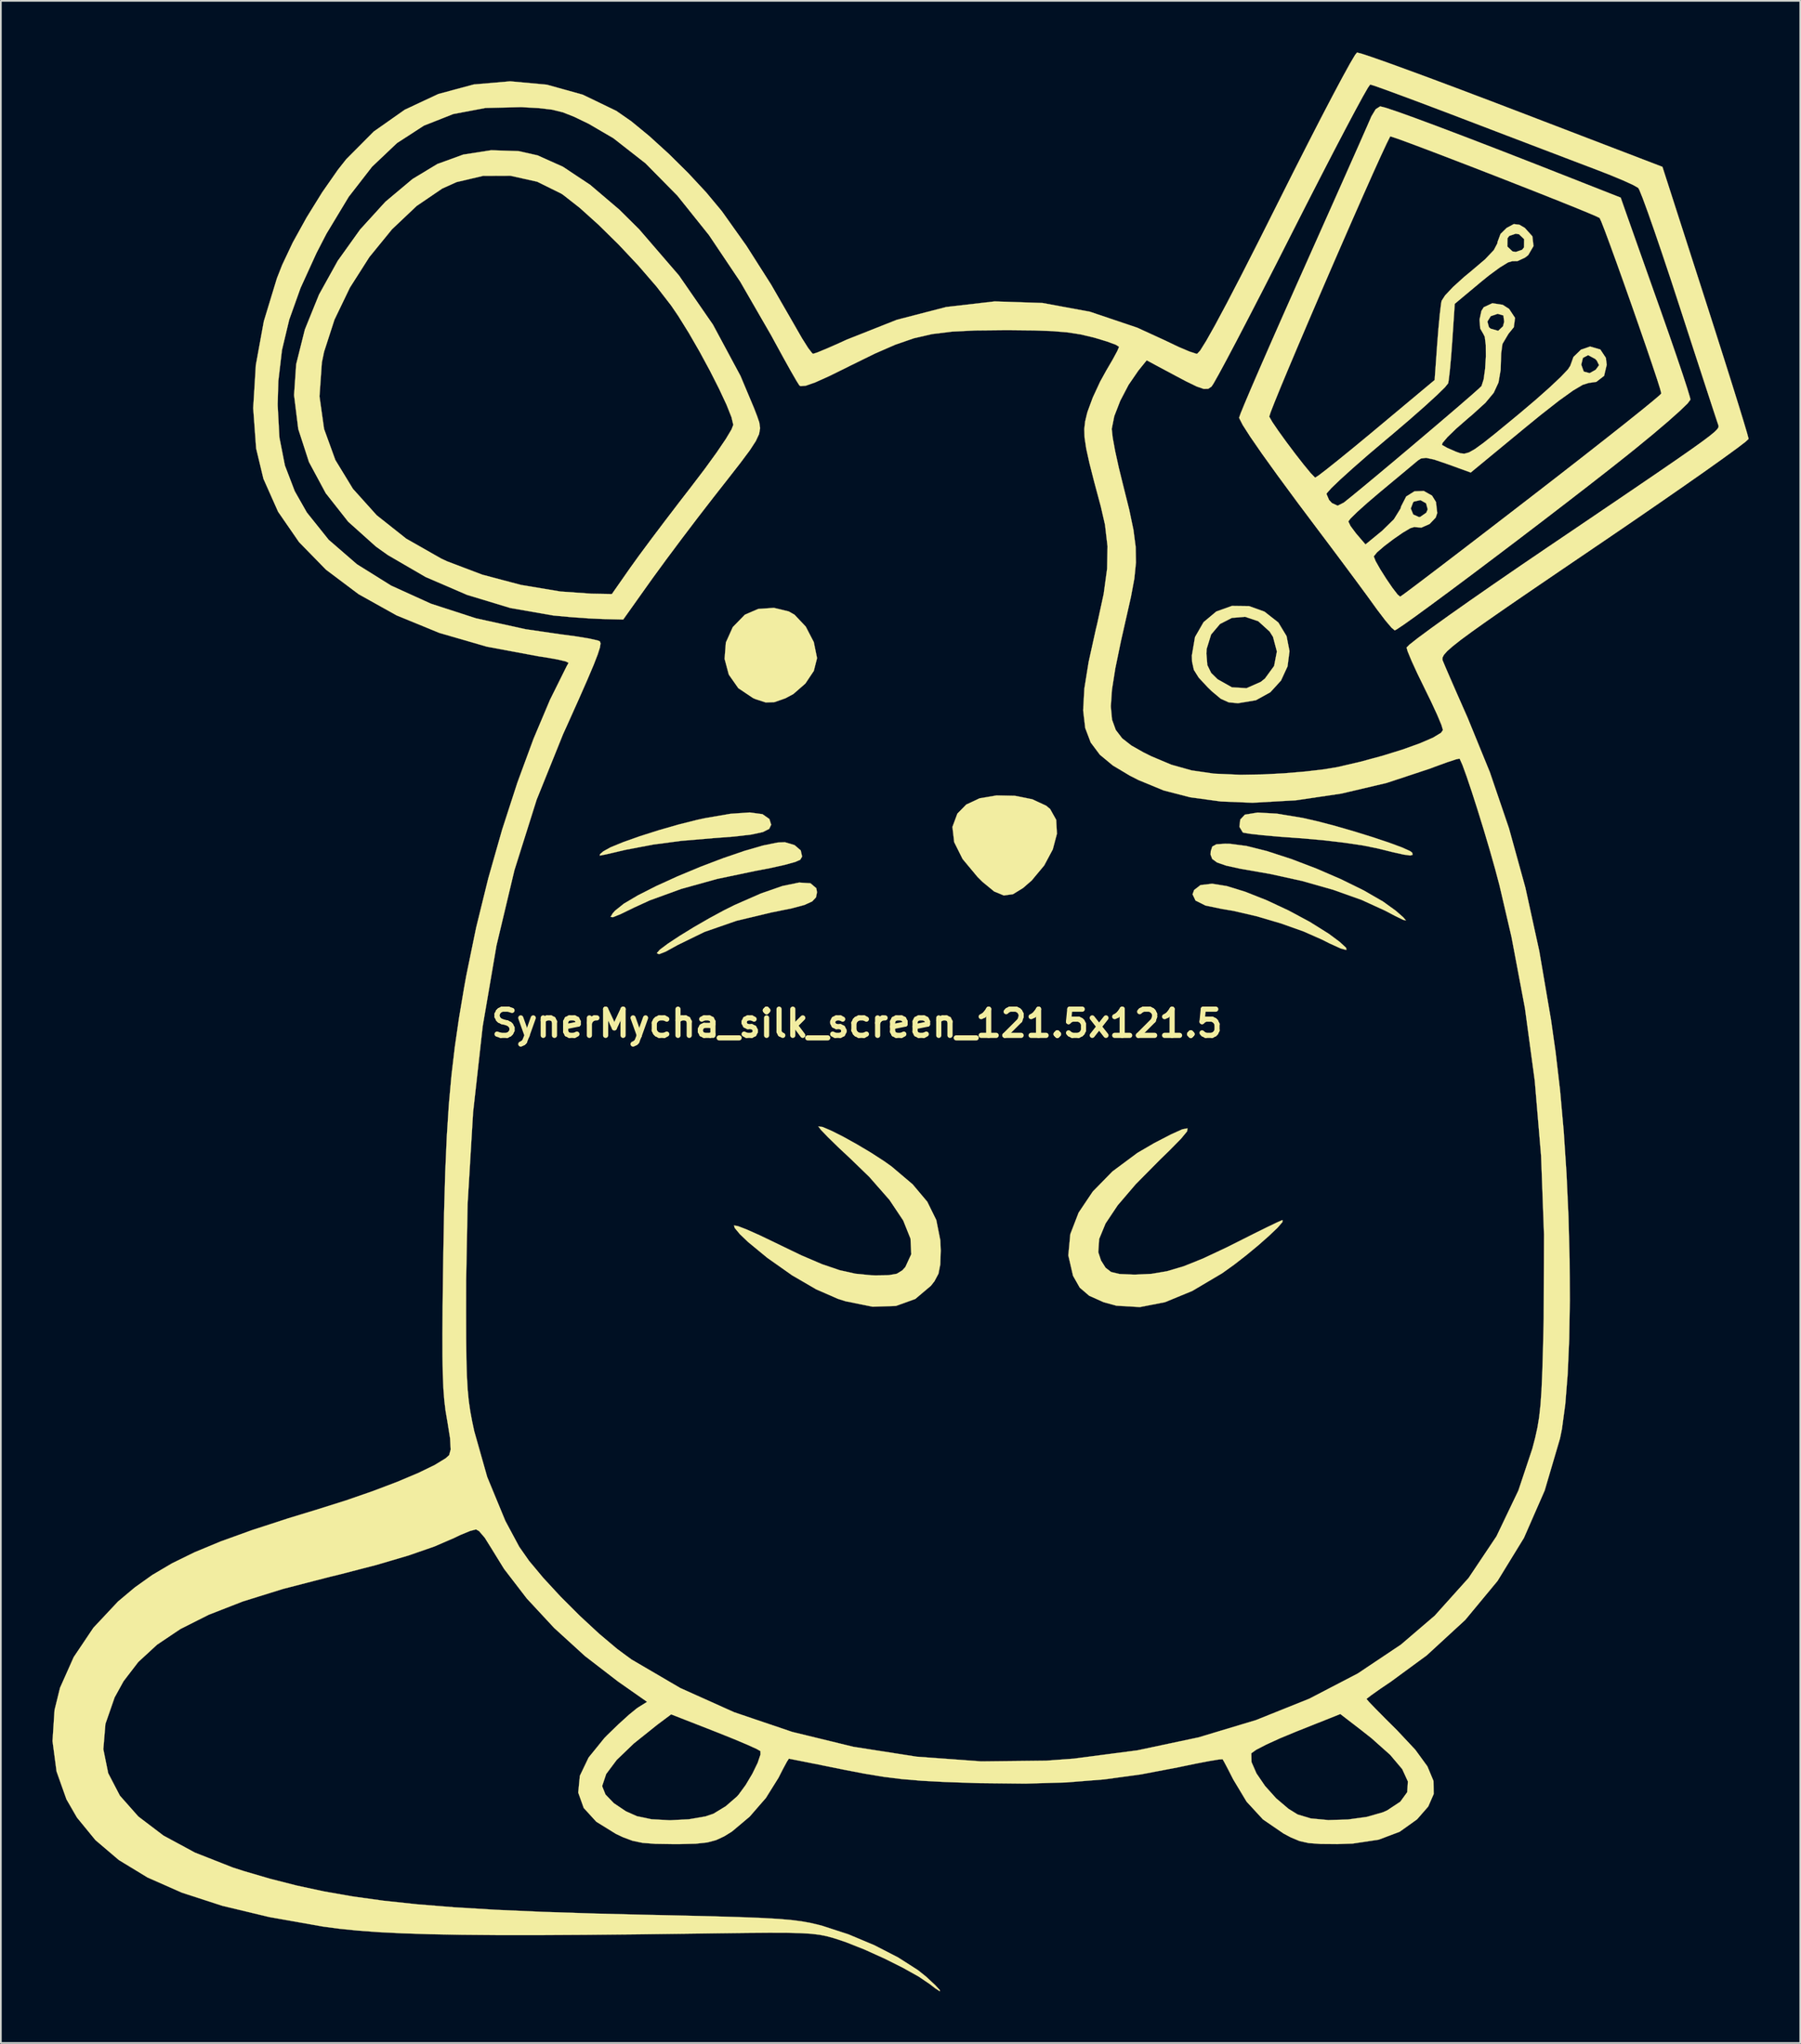
<source format=kicad_pcb>
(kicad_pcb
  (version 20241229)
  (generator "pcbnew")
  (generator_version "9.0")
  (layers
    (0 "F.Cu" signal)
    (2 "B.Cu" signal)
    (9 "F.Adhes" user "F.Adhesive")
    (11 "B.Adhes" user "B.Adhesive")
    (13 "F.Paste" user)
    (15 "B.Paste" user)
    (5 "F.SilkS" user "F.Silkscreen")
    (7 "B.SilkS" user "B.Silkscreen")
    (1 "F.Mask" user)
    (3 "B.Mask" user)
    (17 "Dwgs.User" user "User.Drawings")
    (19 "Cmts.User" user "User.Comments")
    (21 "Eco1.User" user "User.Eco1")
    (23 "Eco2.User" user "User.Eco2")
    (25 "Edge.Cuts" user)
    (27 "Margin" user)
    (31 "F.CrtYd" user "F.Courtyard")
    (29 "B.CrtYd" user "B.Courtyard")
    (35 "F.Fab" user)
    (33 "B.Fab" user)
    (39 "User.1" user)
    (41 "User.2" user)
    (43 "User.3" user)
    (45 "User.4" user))
  (footprint "SynerMycha_silk_screen_121.5x121.5"
    (layer "F.Cu")
    (at 46.797 56.475)
    (property "Reference" "SynerMycha_silk_screen_121.5x121.5" (at 0 0 0) (layer "F.SilkS") (effects (font (size 1.524 1.524) (thickness 0.3))))
    (attr through_hole)
    (fp_poly (pts (xy -3.973 -23.966) (xy -3.635 -23.773) (xy -2.984 -23.085) (xy -2.516 -22.185) (xy -2.329 -21.266) (xy -2.329 -21.236) (xy -2.514 -20.506) (xy -3.004 -19.773) (xy -3.701 -19.164) (xy -4.164 -18.915) (xy -4.806 -18.689) (xy -5.309 -18.671) (xy -5.9 -18.863) (xy -6.05 -18.928) (xy -6.906 -19.502) (xy -7.46 -20.293) (xy -7.704 -21.208) (xy -7.63 -22.159) (xy -7.227 -23.053) (xy -6.525 -23.775) (xy -5.75 -24.11) (xy -4.836 -24.174) (xy -3.973 -23.966)) (stroke (width 0.01) (type solid)) (fill yes) (layer "F.SilkS"))
    (fp_poly (pts (xy 9.186 -13.243) (xy 10.194 -13.041) (xy 11.002 -12.666) (xy 11.229 -12.477) (xy 11.583 -11.845) (xy 11.626 -11.035) (xy 11.385 -10.126) (xy 10.888 -9.195) (xy 10.162 -8.322) (xy 9.655 -7.88) (xy 9.07 -7.521) (xy 8.538 -7.447) (xy 7.976 -7.679) (xy 7.297 -8.237) (xy 7.011 -8.52) (xy 6.139 -9.568) (xy 5.651 -10.546) (xy 5.548 -11.433) (xy 5.836 -12.207) (xy 6.353 -12.735) (xy 7.128 -13.097) (xy 8.118 -13.264) (xy 9.186 -13.243)) (stroke (width 0.01) (type solid)) (fill yes) (layer "F.SilkS"))
    (fp_poly (pts (xy 20.665 -8.128) (xy 21.498 -7.995) (xy 22.579 -7.662) (xy 23.811 -7.174) (xy 25.096 -6.574) (xy 26.337 -5.908) (xy 27.436 -5.22) (xy 28.069 -4.749) (xy 28.443 -4.404) (xy 28.462 -4.276) (xy 28.135 -4.363) (xy 27.471 -4.664) (xy 27.052 -4.876) (xy 25.978 -5.351) (xy 24.649 -5.823) (xy 23.231 -6.24) (xy 21.888 -6.551) (xy 21.236 -6.66) (xy 20.264 -6.862) (xy 19.688 -7.149) (xy 19.515 -7.515) (xy 19.607 -7.766) (xy 19.975 -8.051) (xy 20.639 -8.128) (xy 20.665 -8.128)) (stroke (width 0.01) (type solid)) (fill yes) (layer "F.SilkS"))
    (fp_poly (pts (xy -5.5 -12.175) (xy -5.105 -11.898) (xy -5.092 -11.876) (xy -4.994 -11.562) (xy -5.108 -11.32) (xy -5.477 -11.134) (xy -6.145 -10.989) (xy -7.154 -10.872) (xy -8.348 -10.781) (xy -10.215 -10.624) (xy -11.859 -10.406) (xy -13.481 -10.097) (xy -14.605 -9.835) (xy -14.961 -9.764) (xy -14.947 -9.85) (xy -14.757 -10.014) (xy -14.333 -10.249) (xy -13.591 -10.553) (xy -12.624 -10.895) (xy -11.526 -11.244) (xy -10.389 -11.57) (xy -9.308 -11.842) (xy -8.846 -11.943) (xy -7.36 -12.197) (xy -6.248 -12.275) (xy -5.5 -12.175)) (stroke (width 0.01) (type solid)) (fill yes) (layer "F.SilkS"))
    (fp_poly (pts (xy -2.708 -8.156) (xy -2.371 -7.87) (xy -2.328 -7.634) (xy -2.388 -7.336) (xy -2.609 -7.1) (xy -3.055 -6.897) (xy -3.791 -6.699) (xy -4.879 -6.479) (xy -4.948 -6.466) (xy -7 -5.977) (xy -8.879 -5.324) (xy -10.44 -4.561) (xy -11.129 -4.181) (xy -11.515 -4.029) (xy -11.641 -4.088) (xy -11.642 -4.097) (xy -11.468 -4.296) (xy -10.998 -4.647) (xy -10.311 -5.1) (xy -9.485 -5.607) (xy -8.597 -6.12) (xy -7.725 -6.591) (xy -7.131 -6.887) (xy -5.593 -7.562) (xy -4.334 -7.999) (xy -3.367 -8.198) (xy -2.708 -8.156)) (stroke (width 0.01) (type solid)) (fill yes) (layer "F.SilkS"))
    (fp_poly (pts (xy -3.636 -10.377) (xy -3.275 -10.067) (xy -3.195 -9.709) (xy -3.306 -9.521) (xy -3.596 -9.395) (xy -4.21 -9.226) (xy -5.054 -9.038) (xy -5.892 -8.878) (xy -8.147 -8.406) (xy -10.233 -7.825) (xy -12.051 -7.163) (xy -12.959 -6.748) (xy -13.74 -6.367) (xy -14.187 -6.185) (xy -14.334 -6.198) (xy -14.216 -6.4) (xy -14.083 -6.553) (xy -13.572 -6.964) (xy -12.74 -7.457) (xy -11.666 -8.001) (xy -10.431 -8.563) (xy -9.113 -9.112) (xy -7.794 -9.614) (xy -6.551 -10.039) (xy -5.466 -10.353) (xy -4.617 -10.526) (xy -4.193 -10.543) (xy -3.636 -10.377)) (stroke (width 0.01) (type solid)) (fill yes) (layer "F.SilkS"))
    (fp_poly (pts (xy 21.696 -10.451) (xy 22.646 -10.327) (xy 23.861 -10.021) (xy 25.248 -9.57) (xy 26.709 -9.014) (xy 28.151 -8.39) (xy 29.477 -7.737) (xy 30.593 -7.093) (xy 31.327 -6.564) (xy 31.769 -6.178) (xy 31.924 -5.998) (xy 31.769 -6.026) (xy 31.283 -6.262) (xy 30.692 -6.573) (xy 29.344 -7.189) (xy 27.699 -7.774) (xy 25.885 -8.29) (xy 24.026 -8.698) (xy 23.495 -8.791) (xy 22.301 -8.999) (xy 21.469 -9.182) (xy 20.941 -9.363) (xy 20.658 -9.569) (xy 20.562 -9.821) (xy 20.572 -10.016) (xy 20.661 -10.291) (xy 20.901 -10.423) (xy 21.404 -10.456) (xy 21.696 -10.451)) (stroke (width 0.01) (type solid)) (fill yes) (layer "F.SilkS"))
    (fp_poly (pts (xy 24.411 -12.206) (xy 25.889 -11.962) (xy 25.991 -11.941) (xy 26.874 -11.738) (xy 27.894 -11.467) (xy 28.97 -11.155) (xy 30.019 -10.828) (xy 30.957 -10.514) (xy 31.701 -10.238) (xy 32.169 -10.026) (xy 32.284 -9.94) (xy 32.319 -9.814) (xy 32.176 -9.772) (xy 31.796 -9.823) (xy 31.12 -9.974) (xy 30.268 -10.184) (xy 29.445 -10.351) (xy 28.336 -10.516) (xy 27.08 -10.663) (xy 25.814 -10.774) (xy 25.664 -10.784) (xy 24.567 -10.864) (xy 23.618 -10.948) (xy 22.899 -11.027) (xy 22.491 -11.094) (xy 22.436 -11.113) (xy 22.239 -11.44) (xy 22.289 -11.861) (xy 22.558 -12.148) (xy 22.56 -12.148) (xy 23.299 -12.268) (xy 24.411 -12.206)) (stroke (width 0.01) (type solid)) (fill yes) (layer "F.SilkS"))
    (fp_poly (pts (xy 22.807 -24.274) (xy 23.694 -23.955) (xy 24.503 -23.323) (xy 24.982 -22.531) (xy 25.153 -21.654) (xy 25.038 -20.767) (xy 24.659 -19.946) (xy 24.038 -19.265) (xy 23.196 -18.8) (xy 22.156 -18.627) (xy 22.148 -18.627) (xy 21.615 -18.679) (xy 21.157 -18.886) (xy 20.632 -19.323) (xy 20.398 -19.551) (xy 19.87 -20.119) (xy 19.591 -20.566) (xy 19.486 -21.045) (xy 19.474 -21.403) (xy 19.493 -21.513) (xy 20.32 -21.513) (xy 20.374 -20.846) (xy 20.595 -20.39) (xy 20.971 -20.021) (xy 21.801 -19.553) (xy 22.653 -19.502) (xy 23.483 -19.869) (xy 23.723 -20.061) (xy 24.258 -20.794) (xy 24.419 -21.636) (xy 24.194 -22.485) (xy 24 -22.793) (xy 23.333 -23.398) (xy 22.569 -23.653) (xy 21.8 -23.589) (xy 21.111 -23.235) (xy 20.593 -22.623) (xy 20.334 -21.783) (xy 20.32 -21.513) (xy 19.493 -21.513) (xy 19.657 -22.476) (xy 20.156 -23.344) (xy 20.896 -23.962) (xy 21.804 -24.287) (xy 22.807 -24.274)) (stroke (width 0.01) (type solid)) (fill yes) (layer "F.SilkS"))
    (fp_poly (pts (xy 19.197 6.271) (xy 18.845 6.698) (xy 18.168 7.387) (xy 17.613 7.926) (xy 16.208 9.347) (xy 15.158 10.575) (xy 14.453 11.631) (xy 14.082 12.533) (xy 14.032 13.3) (xy 14.192 13.785) (xy 14.458 14.207) (xy 14.778 14.452) (xy 15.27 14.568) (xy 16.05 14.601) (xy 16.207 14.602) (xy 17.123 14.559) (xy 18.024 14.407) (xy 18.994 14.12) (xy 20.117 13.669) (xy 21.478 13.03) (xy 22.139 12.699) (xy 23.072 12.229) (xy 23.864 11.838) (xy 24.44 11.562) (xy 24.729 11.434) (xy 24.747 11.43) (xy 24.74 11.55) (xy 24.462 11.871) (xy 23.976 12.336) (xy 23.348 12.891) (xy 22.641 13.476) (xy 21.919 14.037) (xy 21.247 14.517) (xy 21.231 14.528) (xy 19.494 15.556) (xy 17.909 16.208) (xy 16.45 16.492) (xy 15.087 16.413) (xy 14.338 16.207) (xy 13.499 15.831) (xy 12.952 15.36) (xy 12.568 14.681) (xy 12.561 14.665) (xy 12.288 13.485) (xy 12.404 12.251) (xy 12.887 11) (xy 13.713 9.77) (xy 14.86 8.6) (xy 16.305 7.526) (xy 17.284 6.955) (xy 18.267 6.446) (xy 18.912 6.155) (xy 19.22 6.093) (xy 19.197 6.271)) (stroke (width 0.01) (type solid)) (fill yes) (layer "F.SilkS"))
    (fp_poly (pts (xy -2.007 6.017) (xy -1.498 6.233) (xy -0.801 6.585) (xy -0.003 7.028) (xy 0.814 7.514) (xy 1.564 7.999) (xy 2.011 8.317) (xy 3.234 9.353) (xy 4.086 10.366) (xy 4.609 11.429) (xy 4.845 12.613) (xy 4.868 13.202) (xy 4.842 14.01) (xy 4.735 14.553) (xy 4.502 14.99) (xy 4.296 15.253) (xy 3.388 16.02) (xy 2.259 16.427) (xy 0.909 16.472) (xy -0.66 16.156) (xy -1.113 16.012) (xy -2.371 15.463) (xy -3.777 14.645) (xy -5.221 13.627) (xy -6.341 12.705) (xy -6.821 12.245) (xy -7.113 11.892) (xy -7.157 11.744) (xy -6.93 11.783) (xy -6.404 11.985) (xy -5.658 12.317) (xy -4.767 12.745) (xy -4.732 12.763) (xy -3.245 13.48) (xy -2.032 13.999) (xy -1.01 14.347) (xy -0.094 14.551) (xy 0.799 14.639) (xy 1.079 14.647) (xy 1.842 14.636) (xy 2.315 14.552) (xy 2.632 14.357) (xy 2.81 14.162) (xy 3.153 13.417) (xy 3.11 12.513) (xy 2.687 11.457) (xy 1.886 10.258) (xy 0.713 8.922) (xy -0.346 7.895) (xy -1.085 7.203) (xy -1.685 6.618) (xy -2.091 6.196) (xy -2.247 5.993) (xy -2.245 5.985) (xy -2.007 6.017)) (stroke (width 0.01) (type solid)) (fill yes) (layer "F.SilkS"))
    (fp_poly (pts (xy -19.676 -50.735) (xy -18.581 -50.489) (xy -17.108 -49.829) (xy -15.519 -48.774) (xy -13.828 -47.335) (xy -12.676 -46.193) (xy -10.357 -43.505) (xy -8.381 -40.646) (xy -6.778 -37.662) (xy -5.995 -35.799) (xy -5.812 -35.327) (xy -5.684 -34.954) (xy -5.638 -34.624) (xy -5.697 -34.281) (xy -5.888 -33.872) (xy -6.235 -33.339) (xy -6.764 -32.629) (xy -7.499 -31.685) (xy -8.361 -30.586) (xy -9.248 -29.439) (xy -10.193 -28.194) (xy -11.098 -26.982) (xy -11.866 -25.931) (xy -12.057 -25.665) (xy -13.599 -23.495) (xy -14.79 -23.523) (xy -15.613 -23.561) (xy -16.638 -23.634) (xy -17.647 -23.727) (xy -17.672 -23.729) (xy -20.166 -24.165) (xy -22.68 -24.927) (xy -25.092 -25.967) (xy -27.281 -27.239) (xy -27.983 -27.738) (xy -29.596 -29.184) (xy -30.901 -30.841) (xy -31.877 -32.655) (xy -32.499 -34.574) (xy -32.735 -36.475) (xy -31.265 -36.475) (xy -30.998 -34.578) (xy -30.344 -32.775) (xy -29.318 -31.093) (xy -27.938 -29.559) (xy -26.22 -28.198) (xy -24.18 -27.037) (xy -23.838 -26.878) (xy -21.801 -26.105) (xy -19.544 -25.507) (xy -17.246 -25.124) (xy -15.438 -24.998) (xy -14.259 -24.977) (xy -13.187 -26.511) (xy -12.697 -27.192) (xy -12.013 -28.115) (xy -11.202 -29.19) (xy -10.333 -30.328) (xy -9.655 -31.205) (xy -8.849 -32.264) (xy -8.162 -33.213) (xy -7.633 -33.994) (xy -7.299 -34.553) (xy -7.197 -34.818) (xy -7.302 -35.261) (xy -7.591 -35.986) (xy -8.025 -36.915) (xy -8.561 -37.972) (xy -9.161 -39.08) (xy -9.784 -40.16) (xy -10.39 -41.136) (xy -10.808 -41.751) (xy -11.67 -42.867) (xy -12.717 -44.078) (xy -13.863 -45.299) (xy -15.027 -46.445) (xy -16.123 -47.432) (xy -17.068 -48.173) (xy -17.198 -48.262) (xy -18.602 -48.956) (xy -20.154 -49.302) (xy -21.752 -49.296) (xy -23.296 -48.933) (xy -24.123 -48.561) (xy -25.616 -47.545) (xy -27.048 -46.189) (xy -28.361 -44.579) (xy -29.496 -42.798) (xy -30.395 -40.931) (xy -30.999 -39.062) (xy -31.127 -38.44) (xy -31.265 -36.475) (xy -32.735 -36.475) (xy -32.744 -36.545) (xy -32.621 -38.339) (xy -32.115 -40.363) (xy -31.292 -42.394) (xy -30.203 -44.357) (xy -28.899 -46.18) (xy -27.432 -47.791) (xy -25.853 -49.115) (xy -24.409 -49.988) (xy -22.902 -50.535) (xy -21.277 -50.788) (xy -19.676 -50.735)) (stroke (width 0.01) (type solid)) (fill yes) (layer "F.SilkS"))
    (fp_poly (pts (xy 30.733 -53.263) (xy 31.405 -53.038) (xy 32.41 -52.678) (xy 33.718 -52.192) (xy 35.3 -51.593) (xy 37.125 -50.891) (xy 39.164 -50.098) (xy 40.676 -49.504) (xy 44.416 -48.032) (xy 44.729 -47.14) (xy 44.888 -46.69) (xy 45.164 -45.909) (xy 45.534 -44.865) (xy 45.972 -43.628) (xy 46.455 -42.266) (xy 46.757 -41.416) (xy 47.235 -40.055) (xy 47.662 -38.817) (xy 48.019 -37.762) (xy 48.284 -36.948) (xy 48.439 -36.433) (xy 48.472 -36.283) (xy 48.313 -36.069) (xy 47.868 -35.637) (xy 47.185 -35.028) (xy 46.311 -34.285) (xy 45.295 -33.451) (xy 44.825 -33.073) (xy 43.774 -32.241) (xy 42.571 -31.302) (xy 41.259 -30.288) (xy 39.88 -29.229) (xy 38.474 -28.157) (xy 37.083 -27.104) (xy 35.75 -26.1) (xy 34.515 -25.178) (xy 33.42 -24.368) (xy 32.507 -23.701) (xy 31.816 -23.209) (xy 31.39 -22.923) (xy 31.273 -22.863) (xy 31.084 -23.022) (xy 30.723 -23.448) (xy 30.258 -24.059) (xy 30.108 -24.267) (xy 29.627 -24.931) (xy 28.961 -25.835) (xy 28.181 -26.884) (xy 27.361 -27.98) (xy 26.929 -28.553) (xy 25.598 -30.328) (xy 24.471 -31.858) (xy 23.56 -33.125) (xy 22.876 -34.115) (xy 22.43 -34.811) (xy 22.234 -35.196) (xy 22.225 -35.243) (xy 22.244 -35.296) (xy 23.975 -35.296) (xy 23.976 -35.293) (xy 24.155 -34.98) (xy 24.511 -34.457) (xy 24.977 -33.812) (xy 25.487 -33.133) (xy 25.975 -32.508) (xy 26.374 -32.024) (xy 26.619 -31.769) (xy 26.654 -31.75) (xy 26.853 -31.88) (xy 27.326 -32.242) (xy 28.022 -32.798) (xy 28.892 -33.506) (xy 29.885 -34.326) (xy 30.197 -34.587) (xy 33.594 -37.424) (xy 33.743 -39.508) (xy 33.818 -40.451) (xy 33.897 -41.271) (xy 33.967 -41.851) (xy 33.999 -42.029) (xy 34.204 -42.347) (xy 34.667 -42.837) (xy 35.307 -43.417) (xy 35.677 -43.722) (xy 36.525 -44.441) (xy 37.037 -44.981) (xy 37.146 -45.188) (xy 37.824 -45.188) (xy 38.123 -44.904) (xy 38.317 -44.873) (xy 38.687 -45) (xy 38.792 -45.138) (xy 38.799 -45.617) (xy 38.501 -45.901) (xy 38.307 -45.932) (xy 37.936 -45.805) (xy 37.831 -45.667) (xy 37.824 -45.188) (xy 37.146 -45.188) (xy 37.244 -45.375) (xy 37.252 -45.451) (xy 37.427 -45.92) (xy 37.782 -46.269) (xy 38.197 -46.493) (xy 38.523 -46.456) (xy 38.841 -46.269) (xy 39.279 -45.781) (xy 39.345 -45.215) (xy 39.038 -44.69) (xy 38.85 -44.542) (xy 38.41 -44.339) (xy 38.113 -44.336) (xy 37.868 -44.266) (xy 37.386 -43.97) (xy 36.748 -43.501) (xy 36.33 -43.163) (xy 34.764 -41.856) (xy 34.621 -39.713) (xy 34.551 -38.773) (xy 34.478 -37.969) (xy 34.412 -37.41) (xy 34.38 -37.232) (xy 34.194 -37.001) (xy 33.73 -36.547) (xy 33.037 -35.913) (xy 32.165 -35.145) (xy 31.162 -34.288) (xy 30.793 -33.979) (xy 29.764 -33.107) (xy 28.856 -32.314) (xy 28.115 -31.644) (xy 27.589 -31.14) (xy 27.326 -30.844) (xy 27.305 -30.797) (xy 27.453 -30.45) (xy 27.622 -30.268) (xy 27.953 -30.115) (xy 28.31 -30.294) (xy 28.8 -30.687) (xy 29.499 -31.262) (xy 30.354 -31.973) (xy 31.311 -32.774) (xy 32.315 -33.62) (xy 33.313 -34.465) (xy 34.252 -35.264) (xy 35.076 -35.97) (xy 35.732 -36.539) (xy 36.165 -36.924) (xy 36.322 -37.076) (xy 36.445 -37.464) (xy 36.531 -38.082) (xy 36.574 -38.792) (xy 36.569 -39.457) (xy 36.51 -39.938) (xy 36.433 -40.094) (xy 36.245 -40.421) (xy 36.215 -40.825) (xy 36.663 -40.825) (xy 36.752 -40.495) (xy 36.852 -40.41) (xy 37.291 -40.285) (xy 37.569 -40.547) (xy 37.638 -40.815) (xy 37.593 -41.178) (xy 37.261 -41.275) (xy 36.857 -41.137) (xy 36.663 -40.825) (xy 36.215 -40.825) (xy 36.207 -40.939) (xy 36.316 -41.445) (xy 36.449 -41.656) (xy 36.952 -41.891) (xy 37.55 -41.8) (xy 37.925 -41.56) (xy 38.271 -41.036) (xy 38.198 -40.494) (xy 37.888 -40.111) (xy 37.537 -39.52) (xy 37.463 -38.967) (xy 37.432 -38.002) (xy 37.308 -37.279) (xy 37.032 -36.682) (xy 36.546 -36.097) (xy 35.791 -35.412) (xy 35.525 -35.187) (xy 34.849 -34.597) (xy 34.338 -34.101) (xy 34.052 -33.763) (xy 34.021 -33.651) (xy 34.317 -33.483) (xy 34.814 -33.263) (xy 34.853 -33.248) (xy 35.097 -33.162) (xy 35.324 -33.139) (xy 35.588 -33.211) (xy 35.942 -33.412) (xy 36.441 -33.774) (xy 37.138 -34.328) (xy 38.088 -35.109) (xy 38.504 -35.453) (xy 39.455 -36.258) (xy 40.281 -36.991) (xy 40.929 -37.602) (xy 41.348 -38.043) (xy 41.487 -38.259) (xy 41.507 -38.317) (xy 42.122 -38.317) (xy 42.266 -37.916) (xy 42.611 -37.824) (xy 42.961 -38.02) (xy 43.157 -38.287) (xy 43.028 -38.55) (xy 42.928 -38.654) (xy 42.522 -38.871) (xy 42.218 -38.711) (xy 42.122 -38.317) (xy 41.507 -38.317) (xy 41.668 -38.765) (xy 42.103 -39.187) (xy 42.628 -39.37) (xy 42.641 -39.37) (xy 43.23 -39.199) (xy 43.553 -38.713) (xy 43.603 -38.312) (xy 43.45 -37.665) (xy 42.997 -37.317) (xy 42.553 -37.253) (xy 42.207 -37.145) (xy 41.641 -36.809) (xy 40.833 -36.229) (xy 39.757 -35.386) (xy 38.852 -34.648) (xy 35.693 -32.043) (xy 34.328 -32.538) (xy 33.574 -32.795) (xy 33.101 -32.897) (xy 32.801 -32.86) (xy 32.621 -32.745) (xy 32.325 -32.497) (xy 31.785 -32.046) (xy 31.082 -31.461) (xy 30.427 -30.916) (xy 29.691 -30.289) (xy 29.093 -29.753) (xy 28.7 -29.367) (xy 28.575 -29.199) (xy 28.701 -28.935) (xy 29.012 -28.516) (xy 29.074 -28.442) (xy 29.573 -27.862) (xy 30.542 -28.656) (xy 31.223 -29.323) (xy 31.608 -29.945) (xy 31.61 -29.95) (xy 32.207 -29.95) (xy 32.35 -29.603) (xy 32.683 -29.454) (xy 32.752 -29.461) (xy 33.106 -29.705) (xy 33.192 -29.901) (xy 33.095 -30.257) (xy 32.769 -30.439) (xy 32.397 -30.358) (xy 32.343 -30.311) (xy 32.207 -29.95) (xy 31.61 -29.95) (xy 31.65 -30.085) (xy 31.939 -30.649) (xy 32.418 -30.95) (xy 32.961 -30.973) (xy 33.441 -30.702) (xy 33.671 -30.331) (xy 33.745 -29.687) (xy 33.655 -29.422) (xy 33.302 -29.051) (xy 32.825 -28.84) (xy 32.416 -28.873) (xy 32.411 -28.876) (xy 32.181 -28.807) (xy 31.739 -28.544) (xy 31.195 -28.168) (xy 30.66 -27.761) (xy 30.244 -27.402) (xy 30.058 -27.173) (xy 30.057 -27.16) (xy 30.162 -26.892) (xy 30.428 -26.422) (xy 30.779 -25.866) (xy 31.14 -25.338) (xy 31.436 -24.953) (xy 31.588 -24.824) (xy 31.783 -24.959) (xy 32.278 -25.327) (xy 33.039 -25.902) (xy 34.032 -26.657) (xy 35.222 -27.567) (xy 36.575 -28.605) (xy 38.056 -29.745) (xy 39.261 -30.674) (xy 40.814 -31.876) (xy 42.258 -33.001) (xy 43.561 -34.023) (xy 44.688 -34.914) (xy 45.606 -35.649) (xy 46.281 -36.2) (xy 46.68 -36.54) (xy 46.778 -36.642) (xy 46.71 -36.906) (xy 46.523 -37.499) (xy 46.238 -38.353) (xy 45.88 -39.403) (xy 45.472 -40.582) (xy 45.038 -41.823) (xy 44.601 -43.06) (xy 44.184 -44.226) (xy 43.811 -45.254) (xy 43.505 -46.079) (xy 43.29 -46.632) (xy 43.191 -46.847) (xy 42.968 -46.956) (xy 42.413 -47.191) (xy 41.586 -47.529) (xy 40.543 -47.947) (xy 39.344 -48.422) (xy 38.045 -48.932) (xy 36.706 -49.455) (xy 35.383 -49.967) (xy 34.136 -50.446) (xy 33.022 -50.87) (xy 32.099 -51.216) (xy 31.426 -51.461) (xy 31.059 -51.582) (xy 31.01 -51.59) (xy 30.799 -51.168) (xy 30.458 -50.436) (xy 30.009 -49.445) (xy 29.474 -48.243) (xy 28.873 -46.88) (xy 28.229 -45.406) (xy 27.561 -43.87) (xy 26.893 -42.322) (xy 26.245 -40.811) (xy 25.638 -39.386) (xy 25.094 -38.098) (xy 24.634 -36.995) (xy 24.281 -36.128) (xy 24.054 -35.545) (xy 23.975 -35.296) (xy 22.244 -35.296) (xy 22.309 -35.482) (xy 22.549 -36.067) (xy 22.926 -36.956) (xy 23.425 -38.109) (xy 24.026 -39.484) (xy 24.712 -41.041) (xy 25.465 -42.738) (xy 25.953 -43.832) (xy 26.747 -45.612) (xy 27.495 -47.289) (xy 28.176 -48.82) (xy 28.772 -50.162) (xy 29.264 -51.272) (xy 29.632 -52.106) (xy 29.857 -52.622) (xy 29.915 -52.758) (xy 30.166 -53.174) (xy 30.424 -53.34) (xy 30.733 -53.263)) (stroke (width 0.01) (type solid)) (fill yes) (layer "F.SilkS"))
    (fp_poly (pts (xy 29.325 -56.409) (xy 29.926 -56.21) (xy 30.839 -55.889) (xy 32.023 -55.459) (xy 33.436 -54.938) (xy 35.038 -54.338) (xy 36.786 -53.676) (xy 38.094 -53.177) (xy 46.844 -49.822) (xy 49.351 -42.03) (xy 49.908 -40.291) (xy 50.422 -38.675) (xy 50.879 -37.228) (xy 51.264 -35.993) (xy 51.564 -35.017) (xy 51.765 -34.343) (xy 51.851 -34.019) (xy 51.854 -33.999) (xy 51.683 -33.838) (xy 51.193 -33.463) (xy 50.418 -32.899) (xy 49.391 -32.167) (xy 48.144 -31.293) (xy 46.709 -30.298) (xy 45.122 -29.206) (xy 43.413 -28.04) (xy 42.866 -27.669) (xy 40.856 -26.304) (xy 39.17 -25.156) (xy 37.781 -24.203) (xy 36.661 -23.425) (xy 35.782 -22.801) (xy 35.118 -22.312) (xy 34.64 -21.935) (xy 34.322 -21.653) (xy 34.136 -21.442) (xy 34.054 -21.285) (xy 34.049 -21.158) (xy 34.065 -21.107) (xy 34.213 -20.751) (xy 34.498 -20.091) (xy 34.883 -19.21) (xy 35.332 -18.191) (xy 35.514 -17.78) (xy 36.805 -14.62) (xy 37.918 -11.353) (xy 38.87 -7.911) (xy 39.678 -4.225) (xy 40.361 -0.227) (xy 40.631 1.676) (xy 40.89 3.891) (xy 41.101 6.262) (xy 41.264 8.728) (xy 41.378 11.23) (xy 41.443 13.706) (xy 41.458 16.096) (xy 41.421 18.338) (xy 41.333 20.372) (xy 41.193 22.137) (xy 41 23.572) (xy 40.887 24.13) (xy 39.994 27.162) (xy 38.788 29.917) (xy 37.253 32.419) (xy 35.373 34.688) (xy 33.133 36.749) (xy 31.062 38.268) (xy 30.401 38.716) (xy 29.902 39.069) (xy 29.649 39.266) (xy 29.633 39.286) (xy 29.775 39.452) (xy 30.16 39.852) (xy 30.729 40.429) (xy 31.411 41.107) (xy 32.472 42.239) (xy 33.175 43.204) (xy 33.527 44.048) (xy 33.54 44.811) (xy 33.223 45.538) (xy 32.584 46.27) (xy 32.561 46.292) (xy 31.561 47.006) (xy 30.335 47.468) (xy 28.828 47.694) (xy 27.94 47.724) (xy 26.96 47.716) (xy 26.27 47.665) (xy 25.736 47.546) (xy 25.226 47.332) (xy 24.803 47.107) (xy 23.609 46.288) (xy 22.658 45.257) (xy 21.882 43.966) (xy 21.573 43.361) (xy 21.345 42.93) (xy 21.262 42.79) (xy 21.043 42.803) (xy 20.492 42.894) (xy 19.692 43.047) (xy 18.724 43.248) (xy 18.673 43.259) (xy 16.508 43.671) (xy 14.38 43.961) (xy 12.179 44.137) (xy 9.796 44.207) (xy 7.122 44.179) (xy 6.773 44.169) (xy 5.115 44.112) (xy 3.766 44.041) (xy 2.611 43.944) (xy 1.536 43.81) (xy 0.427 43.626) (xy -0.741 43.401) (xy -1.84 43.179) (xy -2.781 42.99) (xy -3.491 42.849) (xy -3.897 42.769) (xy -3.965 42.757) (xy -4.078 42.93) (xy -4.319 43.377) (xy -4.569 43.868) (xy -5.3 45.039) (xy -6.244 46.126) (xy -7.276 46.994) (xy -7.726 47.272) (xy -8.202 47.493) (xy -8.718 47.63) (xy -9.39 47.702) (xy -10.333 47.725) (xy -10.696 47.725) (xy -11.727 47.71) (xy -12.469 47.653) (xy -13.054 47.532) (xy -13.616 47.322) (xy -14.024 47.13) (xy -15.167 46.422) (xy -15.898 45.62) (xy -16.216 44.728) (xy -16.182 44.375) (xy -14.817 44.375) (xy -14.631 44.839) (xy -14.142 45.347) (xy -13.448 45.813) (xy -12.806 46.1) (xy -11.953 46.279) (xy -10.889 46.337) (xy -9.786 46.281) (xy -8.815 46.114) (xy -8.352 45.957) (xy -7.641 45.525) (xy -6.987 44.959) (xy -6.891 44.851) (xy -6.475 44.283) (xy -6.085 43.626) (xy -5.779 42.998) (xy -5.615 42.514) (xy -5.62 42.316) (xy -5.84 42.19) (xy -6.378 41.946) (xy -7.157 41.618) (xy -8.101 41.238) (xy -8.259 41.176) (xy -10.811 40.178) (xy -11.597 40.765) (xy -12.984 41.873) (xy -13.98 42.831) (xy -14.59 43.646) (xy -14.815 44.319) (xy -14.817 44.375) (xy -16.182 44.375) (xy -16.121 43.75) (xy -15.613 42.69) (xy -14.691 41.552) (xy -14.537 41.394) (xy -13.876 40.754) (xy -13.267 40.202) (xy -12.814 39.832) (xy -12.72 39.768) (xy -12.211 39.451) (xy -13.909 38.262) (xy -15.826 36.786) (xy -17.617 35.153) (xy -19.209 33.438) (xy -20.528 31.721) (xy -21.288 30.489) (xy -21.651 29.909) (xy -21.983 29.521) (xy -22.16 29.422) (xy -22.505 29.512) (xy -23.069 29.744) (xy -23.449 29.926) (xy -24.577 30.414) (xy -26.088 30.939) (xy -27.948 31.487) (xy -30.119 32.049) (xy -30.648 32.177) (xy -33.38 32.882) (xy -35.721 33.611) (xy -37.702 34.384) (xy -39.355 35.216) (xy -40.712 36.127) (xy -41.804 37.133) (xy -42.663 38.253) (xy -43.18 39.193) (xy -43.715 40.733) (xy -43.837 42.205) (xy -43.554 43.6) (xy -42.873 44.908) (xy -41.8 46.12) (xy -40.343 47.226) (xy -38.509 48.218) (xy -36.304 49.086) (xy -35.659 49.294) (xy -34.122 49.743) (xy -32.585 50.135) (xy -31.007 50.474) (xy -29.345 50.766) (xy -27.557 51.014) (xy -25.599 51.223) (xy -23.431 51.398) (xy -21.008 51.544) (xy -18.289 51.664) (xy -15.232 51.763) (xy -11.803 51.846) (xy -9.699 51.892) (xy -7.97 51.935) (xy -6.568 51.978) (xy -5.442 52.024) (xy -4.545 52.076) (xy -3.829 52.138) (xy -3.244 52.212) (xy -2.742 52.301) (xy -2.274 52.41) (xy -2.011 52.479) (xy -0.51 52.968) (xy 0.995 53.599) (xy 2.385 54.313) (xy 3.541 55.052) (xy 4.022 55.437) (xy 4.546 55.925) (xy 4.816 56.217) (xy 4.817 56.286) (xy 4.537 56.104) (xy 4.233 55.867) (xy 3.589 55.432) (xy 2.664 54.914) (xy 1.575 54.37) (xy 0.44 53.858) (xy -0.623 53.436) (xy -0.953 53.322) (xy -1.374 53.187) (xy -1.764 53.08) (xy -2.175 52.998) (xy -2.661 52.94) (xy -3.274 52.903) (xy -4.067 52.884) (xy -5.094 52.881) (xy -6.407 52.891) (xy -8.059 52.911) (xy -9.207 52.927) (xy -12.69 52.972) (xy -15.781 53.002) (xy -18.51 53.017) (xy -20.91 53.016) (xy -23.01 52.999) (xy -24.841 52.965) (xy -26.436 52.913) (xy -27.824 52.844) (xy -29.036 52.755) (xy -30.104 52.647) (xy -31.059 52.52) (xy -31.072 52.518) (xy -34.189 51.966) (xy -36.912 51.314) (xy -39.264 50.55) (xy -41.265 49.666) (xy -42.935 48.65) (xy -44.296 47.492) (xy -45.369 46.182) (xy -45.982 45.121) (xy -46.558 43.498) (xy -46.792 41.731) (xy -46.676 39.932) (xy -46.357 38.636) (xy -45.562 36.851) (xy -44.415 35.143) (xy -42.985 33.617) (xy -42.973 33.607) (xy -42.008 32.797) (xy -40.983 32.067) (xy -39.842 31.394) (xy -38.535 30.753) (xy -37.008 30.119) (xy -35.207 29.469) (xy -33.081 28.776) (xy -31.414 28.267) (xy -29.748 27.743) (xy -28.173 27.198) (xy -26.746 26.656) (xy -25.524 26.141) (xy -24.565 25.676) (xy -23.924 25.284) (xy -23.724 25.103) (xy -23.635 24.775) (xy -23.669 24.126) (xy -23.831 23.117) (xy -23.842 23.056) (xy -23.934 22.511) (xy -24.005 21.918) (xy -24.058 21.228) (xy -24.093 20.388) (xy -24.111 19.348) (xy -24.114 18.057) (xy -24.103 16.465) (xy -24.08 14.521) (xy -24.067 13.652) (xy -24.018 10.97) (xy -23.951 8.638) (xy -23.861 6.584) (xy -23.743 4.735) (xy -23.589 3.019) (xy -23.394 1.364) (xy -23.153 -0.304) (xy -22.859 -2.057) (xy -22.734 -2.752) (xy -22.154 -5.577) (xy -21.448 -8.445) (xy -20.64 -11.281) (xy -19.756 -14.007) (xy -18.82 -16.549) (xy -17.857 -18.828) (xy -16.892 -20.771) (xy -16.779 -20.975) (xy -16.94 -21.058) (xy -17.43 -21.173) (xy -18.159 -21.301) (xy -18.524 -21.355) (xy -21.532 -21.916) (xy -24.292 -22.715) (xy -26.784 -23.737) (xy -28.988 -24.967) (xy -30.884 -26.391) (xy -32.452 -27.995) (xy -33.672 -29.762) (xy -34.525 -31.679) (xy -34.949 -33.443) (xy -35.121 -35.79) (xy -35.109 -35.983) (xy -33.699 -35.983) (xy -33.597 -34.087) (xy -33.276 -32.453) (xy -32.705 -30.961) (xy -32.002 -29.722) (xy -30.729 -28.131) (xy -29.086 -26.709) (xy -27.097 -25.467) (xy -24.783 -24.416) (xy -22.169 -23.567) (xy -19.277 -22.931) (xy -17.251 -22.636) (xy -16.34 -22.515) (xy -15.588 -22.391) (xy -15.093 -22.28) (xy -14.957 -22.224) (xy -14.917 -22.109) (xy -14.953 -21.87) (xy -15.082 -21.466) (xy -15.319 -20.856) (xy -15.682 -19.999) (xy -16.186 -18.854) (xy -16.847 -17.38) (xy -17.097 -16.828) (xy -18.635 -13.015) (xy -19.925 -8.922) (xy -20.97 -4.538) (xy -21.771 0.151) (xy -22.33 5.157) (xy -22.65 10.493) (xy -22.735 14.922) (xy -22.738 16.797) (xy -22.734 18.309) (xy -22.72 19.519) (xy -22.692 20.487) (xy -22.647 21.276) (xy -22.583 21.944) (xy -22.495 22.553) (xy -22.381 23.164) (xy -22.265 23.707) (xy -21.51 26.372) (xy -20.456 28.924) (xy -19.649 30.43) (xy -19.077 31.249) (xy -18.246 32.244) (xy -17.239 33.334) (xy -16.133 34.439) (xy -15.01 35.48) (xy -13.948 36.375) (xy -13.122 36.984) (xy -10.281 38.646) (xy -7.147 40.054) (xy -3.775 41.197) (xy -0.22 42.063) (xy 3.464 42.639) (xy 7.22 42.912) (xy 10.994 42.871) (xy 12.594 42.755) (xy 14.921 42.451) (xy 22.932 42.451) (xy 22.943 42.951) (xy 23.231 43.61) (xy 23.73 44.342) (xy 24.373 45.058) (xy 25.094 45.671) (xy 25.627 46.001) (xy 26.391 46.231) (xy 27.411 46.327) (xy 28.547 46.294) (xy 29.655 46.14) (xy 30.593 45.871) (xy 30.843 45.757) (xy 31.599 45.257) (xy 31.999 44.705) (xy 32.039 44.081) (xy 31.711 43.365) (xy 31.009 42.534) (xy 29.926 41.569) (xy 29.366 41.127) (xy 28.109 40.159) (xy 25.574 41.167) (xy 24.612 41.566) (xy 23.8 41.936) (xy 23.217 42.238) (xy 22.942 42.434) (xy 22.932 42.451) (xy 14.921 42.451) (xy 16.312 42.269) (xy 19.86 41.517) (xy 23.201 40.512) (xy 26.301 39.269) (xy 29.123 37.801) (xy 31.631 36.124) (xy 33.597 34.441) (xy 35.57 32.245) (xy 37.191 29.822) (xy 38.466 27.158) (xy 39.277 24.724) (xy 39.443 24.09) (xy 39.573 23.5) (xy 39.674 22.886) (xy 39.751 22.182) (xy 39.81 21.322) (xy 39.857 20.237) (xy 39.898 18.863) (xy 39.938 17.145) (xy 39.955 12.265) (xy 39.785 7.688) (xy 39.418 3.33) (xy 38.847 -0.888) (xy 38.062 -5.048) (xy 37.363 -8.043) (xy 37.11 -8.997) (xy 36.799 -10.093) (xy 36.454 -11.256) (xy 36.098 -12.407) (xy 35.757 -13.472) (xy 35.453 -14.374) (xy 35.212 -15.036) (xy 35.058 -15.381) (xy 35.04 -15.405) (xy 34.831 -15.361) (xy 34.324 -15.194) (xy 33.611 -14.934) (xy 33.314 -14.821) (xy 30.8 -13.99) (xy 28.167 -13.371) (xy 25.53 -12.981) (xy 23.003 -12.839) (xy 21.162 -12.913) (xy 19.375 -13.156) (xy 17.833 -13.555) (xy 16.372 -14.157) (xy 15.863 -14.417) (xy 14.877 -15.007) (xy 14.124 -15.631) (xy 13.592 -16.34) (xy 13.272 -17.184) (xy 13.152 -18.212) (xy 13.164 -18.437) (xy 14.76 -18.437) (xy 14.832 -17.671) (xy 15.049 -17.071) (xy 15.42 -16.587) (xy 15.952 -16.17) (xy 16.652 -15.773) (xy 17.118 -15.541) (xy 18.279 -15.052) (xy 19.457 -14.721) (xy 20.759 -14.532) (xy 22.29 -14.466) (xy 23.601 -14.487) (xy 24.822 -14.55) (xy 26.064 -14.654) (xy 27.173 -14.784) (xy 27.94 -14.913) (xy 29.271 -15.222) (xy 30.557 -15.57) (xy 31.733 -15.935) (xy 32.736 -16.295) (xy 33.502 -16.626) (xy 33.966 -16.906) (xy 34.078 -17.069) (xy 33.988 -17.369) (xy 33.742 -17.955) (xy 33.38 -18.738) (xy 33.02 -19.473) (xy 32.593 -20.349) (xy 32.248 -21.101) (xy 32.025 -21.641) (xy 31.962 -21.864) (xy 32.132 -22.037) (xy 32.619 -22.42) (xy 33.389 -22.989) (xy 34.406 -23.72) (xy 35.637 -24.587) (xy 37.045 -25.566) (xy 38.597 -26.632) (xy 40.058 -27.625) (xy 42.198 -29.073) (xy 44.014 -30.304) (xy 45.532 -31.335) (xy 46.778 -32.185) (xy 47.778 -32.873) (xy 48.559 -33.418) (xy 49.147 -33.839) (xy 49.568 -34.155) (xy 49.849 -34.384) (xy 50.015 -34.545) (xy 50.094 -34.657) (xy 50.111 -34.739) (xy 50.093 -34.807) (xy 50.007 -35.062) (xy 49.806 -35.67) (xy 49.508 -36.583) (xy 49.127 -37.75) (xy 48.679 -39.124) (xy 48.182 -40.653) (xy 47.839 -41.711) (xy 47.314 -43.316) (xy 46.819 -44.796) (xy 46.374 -46.101) (xy 45.994 -47.183) (xy 45.698 -47.991) (xy 45.502 -48.477) (xy 45.436 -48.597) (xy 45.145 -48.764) (xy 44.55 -49.035) (xy 43.748 -49.368) (xy 43.074 -49.63) (xy 42.292 -49.927) (xy 41.194 -50.345) (xy 39.861 -50.853) (xy 38.372 -51.421) (xy 36.807 -52.018) (xy 35.493 -52.521) (xy 34.059 -53.067) (xy 32.752 -53.56) (xy 31.625 -53.98) (xy 30.732 -54.308) (xy 30.123 -54.524) (xy 29.852 -54.609) (xy 29.846 -54.61) (xy 29.716 -54.427) (xy 29.416 -53.903) (xy 28.966 -53.076) (xy 28.386 -51.982) (xy 27.695 -50.661) (xy 26.914 -49.148) (xy 26.061 -47.483) (xy 25.3 -45.985) (xy 24.397 -44.205) (xy 23.543 -42.535) (xy 22.758 -41.015) (xy 22.065 -39.684) (xy 21.482 -38.581) (xy 21.031 -37.746) (xy 20.733 -37.218) (xy 20.617 -37.042) (xy 20.426 -36.912) (xy 20.17 -36.904) (xy 19.765 -37.043) (xy 19.128 -37.353) (xy 18.571 -37.647) (xy 16.846 -38.57) (xy 16.357 -37.965) (xy 15.795 -37.146) (xy 15.309 -36.218) (xy 14.962 -35.323) (xy 14.818 -34.6) (xy 14.817 -34.555) (xy 14.87 -34.07) (xy 15.013 -33.288) (xy 15.225 -32.322) (xy 15.46 -31.368) (xy 15.83 -29.888) (xy 16.077 -28.706) (xy 16.206 -27.715) (xy 16.222 -26.809) (xy 16.13 -25.882) (xy 15.934 -24.828) (xy 15.777 -24.13) (xy 15.343 -22.215) (xy 15.023 -20.66) (xy 14.827 -19.417) (xy 14.76 -18.437) (xy 13.164 -18.437) (xy 13.221 -19.476) (xy 13.47 -21.025) (xy 13.886 -22.91) (xy 13.967 -23.243) (xy 14.345 -24.982) (xy 14.544 -26.45) (xy 14.568 -27.756) (xy 14.421 -29.012) (xy 14.178 -30.071) (xy 13.792 -31.507) (xy 13.513 -32.606) (xy 13.33 -33.437) (xy 13.235 -34.069) (xy 13.217 -34.571) (xy 13.267 -35.014) (xy 13.375 -35.467) (xy 13.413 -35.598) (xy 13.71 -36.405) (xy 14.139 -37.328) (xy 14.491 -37.967) (xy 14.867 -38.61) (xy 15.136 -39.108) (xy 15.24 -39.354) (xy 15.24 -39.355) (xy 15.051 -39.475) (xy 14.552 -39.66) (xy 13.844 -39.874) (xy 13.705 -39.911) (xy 13.001 -40.076) (xy 12.257 -40.192) (xy 11.381 -40.267) (xy 10.283 -40.308) (xy 8.87 -40.322) (xy 8.572 -40.322) (xy 6.892 -40.306) (xy 5.525 -40.238) (xy 4.364 -40.095) (xy 3.301 -39.85) (xy 2.226 -39.479) (xy 1.031 -38.957) (xy -0.392 -38.258) (xy -0.463 -38.222) (xy -1.614 -37.653) (xy -2.441 -37.282) (xy -2.984 -37.092) (xy -3.284 -37.068) (xy -3.354 -37.11) (xy -3.524 -37.379) (xy -3.852 -37.947) (xy -4.293 -38.739) (xy -4.807 -39.678) (xy -4.984 -40.005) (xy -6.792 -43.139) (xy -8.613 -45.852) (xy -10.45 -48.147) (xy -12.303 -50.026) (xy -14.176 -51.49) (xy -15.611 -52.327) (xy -16.446 -52.73) (xy -17.105 -52.991) (xy -17.735 -53.147) (xy -18.487 -53.236) (xy -19.509 -53.294) (xy -19.541 -53.295) (xy -21.61 -53.246) (xy -23.484 -52.893) (xy -25.191 -52.219) (xy -26.757 -51.204) (xy -28.206 -49.83) (xy -29.565 -48.079) (xy -30.86 -45.932) (xy -31.439 -44.811) (xy -32.366 -42.778) (xy -33.025 -40.935) (xy -33.447 -39.168) (xy -33.659 -37.364) (xy -33.699 -35.983) (xy -35.109 -35.983) (xy -34.968 -38.289) (xy -34.503 -40.839) (xy -33.741 -43.341) (xy -33.437 -44.114) (xy -32.821 -45.419) (xy -32.014 -46.878) (xy -31.11 -48.337) (xy -30.201 -49.641) (xy -29.712 -50.263) (xy -28.108 -51.876) (xy -26.305 -53.144) (xy -24.35 -54.059) (xy -22.29 -54.613) (xy -20.173 -54.796) (xy -18.045 -54.601) (xy -15.953 -54.019) (xy -14.004 -53.078) (xy -13.133 -52.474) (xy -12.09 -51.617) (xy -10.959 -50.588) (xy -9.827 -49.469) (xy -8.778 -48.342) (xy -7.9 -47.288) (xy -7.834 -47.202) (xy -6.438 -45.239) (xy -5.003 -42.984) (xy -3.622 -40.587) (xy -3.203 -39.856) (xy -2.847 -39.292) (xy -2.608 -38.981) (xy -2.555 -38.947) (xy -2.3 -39.03) (xy -1.758 -39.255) (xy -1.023 -39.579) (xy -0.61 -39.768) (xy 2.318 -40.928) (xy 5.185 -41.67) (xy 8.005 -41.996) (xy 10.788 -41.904) (xy 13.547 -41.395) (xy 16.295 -40.469) (xy 17.933 -39.717) (xy 18.689 -39.355) (xy 19.326 -39.084) (xy 19.729 -38.952) (xy 19.779 -38.947) (xy 19.957 -39.137) (xy 20.31 -39.702) (xy 20.834 -40.634) (xy 21.524 -41.924) (xy 22.375 -43.564) (xy 23.383 -45.545) (xy 24.454 -47.678) (xy 25.348 -49.46) (xy 26.193 -51.123) (xy 26.966 -52.629) (xy 27.65 -53.939) (xy 28.223 -55.015) (xy 28.667 -55.821) (xy 28.96 -56.318) (xy 29.078 -56.47) (xy 29.325 -56.409)) (stroke (width 0.01) (type solid)) (fill yes) (layer "F.SilkS")))
  (gr_rect
    (start -3 -3)
    (end 101.656 115.766)
    (stroke (width 0.1) (type default))
    (fill no)
    (layer "Edge.Cuts")))
</source>
